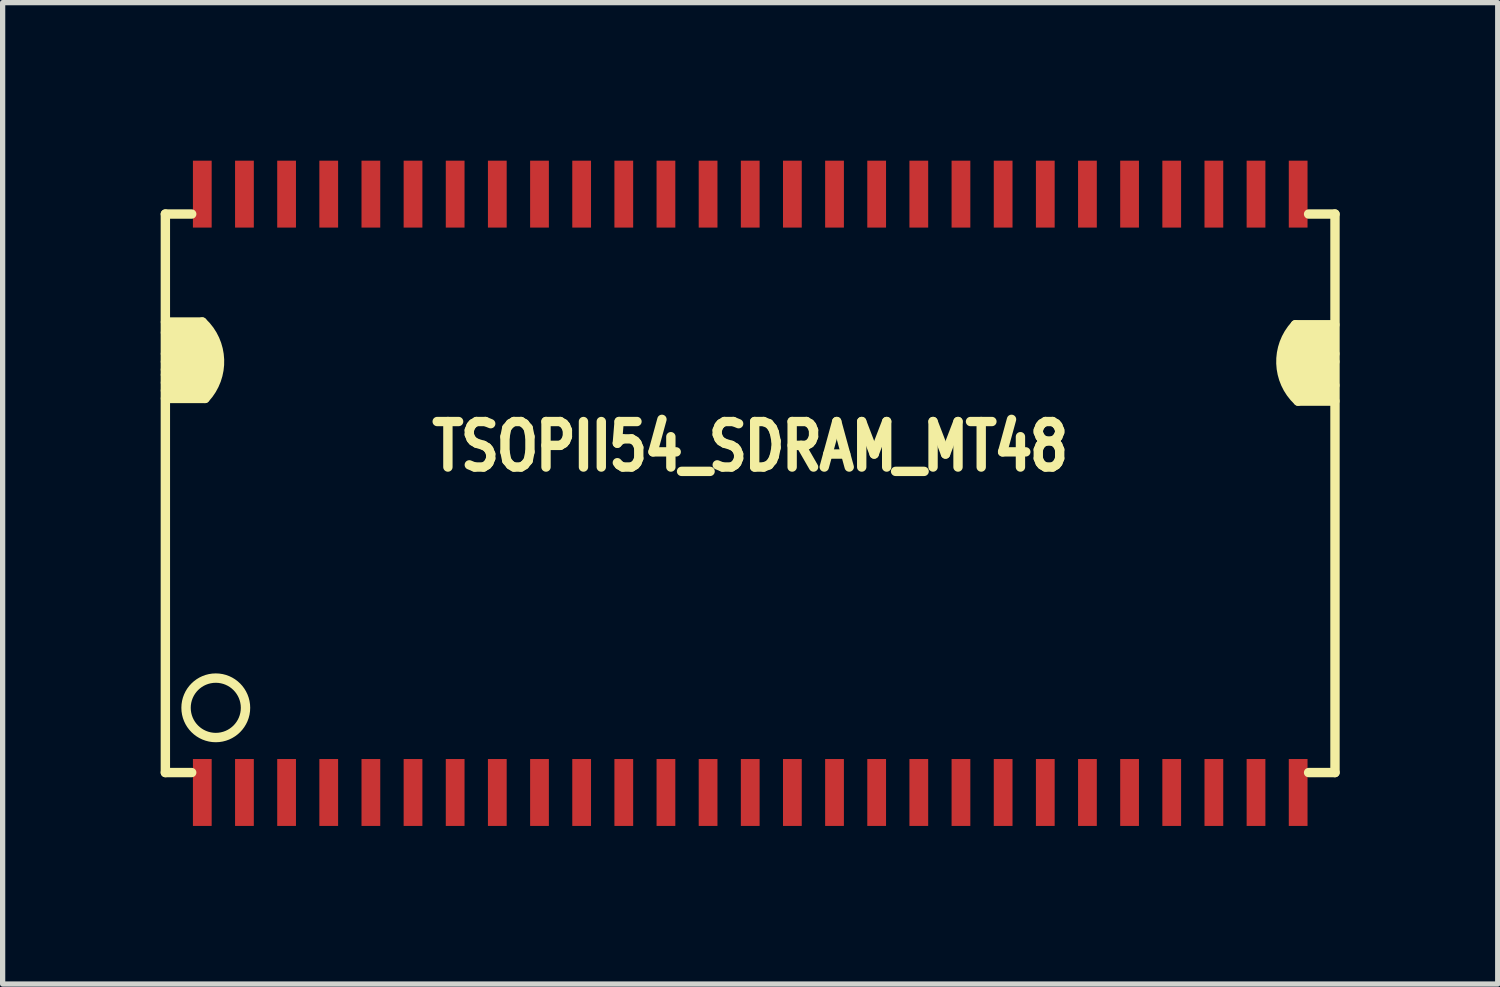
<source format=kicad_pcb>
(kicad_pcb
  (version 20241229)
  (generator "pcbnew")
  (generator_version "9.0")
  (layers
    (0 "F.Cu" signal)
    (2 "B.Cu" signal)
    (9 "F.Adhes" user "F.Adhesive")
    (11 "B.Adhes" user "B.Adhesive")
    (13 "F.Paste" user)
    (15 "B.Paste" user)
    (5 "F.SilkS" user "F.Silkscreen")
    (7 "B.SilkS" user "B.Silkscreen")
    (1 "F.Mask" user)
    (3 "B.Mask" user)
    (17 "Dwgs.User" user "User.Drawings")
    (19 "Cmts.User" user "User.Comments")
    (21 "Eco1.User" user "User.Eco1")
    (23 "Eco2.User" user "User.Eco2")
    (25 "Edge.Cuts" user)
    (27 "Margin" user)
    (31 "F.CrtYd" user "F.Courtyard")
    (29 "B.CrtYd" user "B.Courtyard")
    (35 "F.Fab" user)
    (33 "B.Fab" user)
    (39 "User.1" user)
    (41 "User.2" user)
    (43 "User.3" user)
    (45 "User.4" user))
  (footprint "TSOPII54_SDRAM_MT48"
    (layer "F.Cu")
    (at 11.191 6.314)
    (property "Reference" "TSOPII54_SDRAM_MT48" (at 0 -0.889 0) (layer "F.SilkS") (effects (font (size 0.864 0.711) (thickness 0.178))))
    (attr smd)
    (fp_line (start -11.102 -5.301) (end -11.102 5.301) (stroke (width 0.178) (type solid)) (layer "F.SilkS"))
    (fp_line (start -11.102 -5.301) (end -10.602 -5.301) (stroke (width 0.178) (type solid)) (layer "F.SilkS"))
    (fp_line (start -11.102 5.301) (end -10.602 5.301) (stroke (width 0.178) (type solid)) (layer "F.SilkS"))
    (fp_line (start -11.1 -2.649) (end -10.15 -2.649) (stroke (width 0.178) (type solid)) (layer "F.SilkS"))
    (fp_line (start -11.1 -2.499) (end -10.102 -2.499) (stroke (width 0.178) (type solid)) (layer "F.SilkS"))
    (fp_line (start -11.1 -2.349) (end -10.15 -2.349) (stroke (width 0.178) (type solid)) (layer "F.SilkS"))
    (fp_line (start -11.1 -2.25) (end -10.15 -2.25) (stroke (width 0.178) (type solid)) (layer "F.SilkS"))
    (fp_line (start -11.1 -2.101) (end -10.201 -2.101) (stroke (width 0.178) (type solid)) (layer "F.SilkS"))
    (fp_line (start -11.1 -1.951) (end -10.251 -1.951) (stroke (width 0.178) (type solid)) (layer "F.SilkS"))
    (fp_line (start -11.052 -3.15) (end -10.401 -3.15) (stroke (width 0.178) (type solid)) (layer "F.SilkS"))
    (fp_line (start -11.052 -2.901) (end -10.251 -2.901) (stroke (width 0.178) (type solid)) (layer "F.SilkS"))
    (fp_line (start -10.401 -3.251) (end -11.1 -3.251) (stroke (width 0.178) (type solid)) (layer "F.SilkS"))
    (fp_line (start -10.351 -1.801) (end -11.1 -1.801) (stroke (width 0.178) (type solid)) (layer "F.SilkS"))
    (fp_line (start -10.251 -3.051) (end -11.1 -3.051) (stroke (width 0.178) (type solid)) (layer "F.SilkS"))
    (fp_line (start -10.15 -2.799) (end -11.052 -2.799) (stroke (width 0.178) (type solid)) (layer "F.SilkS"))
    (fp_line (start 10.147 -2.4) (end 11.049 -2.4) (stroke (width 0.178) (type solid)) (layer "F.SilkS"))
    (fp_line (start 10.198 -2.799) (end 11.049 -2.799) (stroke (width 0.178) (type solid)) (layer "F.SilkS"))
    (fp_line (start 10.198 -2.2) (end 11.049 -2.2) (stroke (width 0.178) (type solid)) (layer "F.SilkS"))
    (fp_line (start 10.297 -1.9) (end 11.049 -1.9) (stroke (width 0.178) (type solid)) (layer "F.SilkS"))
    (fp_line (start 10.348 -3.2) (end 11.097 -3.2) (stroke (width 0.178) (type solid)) (layer "F.SilkS"))
    (fp_line (start 10.348 -3.099) (end 11.049 -3.099) (stroke (width 0.178) (type solid)) (layer "F.SilkS"))
    (fp_line (start 10.399 -1.75) (end 11.097 -1.75) (stroke (width 0.178) (type solid)) (layer "F.SilkS"))
    (fp_line (start 11.049 -2.949) (end 10.249 -2.949) (stroke (width 0.178) (type solid)) (layer "F.SilkS"))
    (fp_line (start 11.049 -2.301) (end 10.198 -2.301) (stroke (width 0.178) (type solid)) (layer "F.SilkS"))
    (fp_line (start 11.097 -2.649) (end 10.147 -2.649) (stroke (width 0.178) (type solid)) (layer "F.SilkS"))
    (fp_line (start 11.097 -2.499) (end 10.099 -2.499) (stroke (width 0.178) (type solid)) (layer "F.SilkS"))
    (fp_line (start 11.097 -2.05) (end 10.249 -2.05) (stroke (width 0.178) (type solid)) (layer "F.SilkS"))
    (fp_line (start 11.1 -5.301) (end 10.599 -5.301) (stroke (width 0.178) (type solid)) (layer "F.SilkS"))
    (fp_line (start 11.1 -5.301) (end 11.1 5.301) (stroke (width 0.178) (type solid)) (layer "F.SilkS"))
    (fp_line (start 11.1 5.301) (end 10.599 5.301) (stroke (width 0.178) (type solid)) (layer "F.SilkS"))
    (fp_arc (start -10.4013 -3.2512) (mid -10.074255 -2.537077) (end -10.34796 -1.80086) (stroke (width 0.1778) (type solid)) (layer "F.SilkS"))
    (fp_arc (start 10.39876 -1.75006) (mid 10.073511 -2.463439) (end 10.34796 -3.19786) (stroke (width 0.1778) (type solid)) (layer "F.SilkS"))
    (fp_circle (center -10.145 4.072) (end -9.746 3.673) (stroke (width 0.178) (type solid)) (fill no) (layer "F.SilkS"))
    (pad "1" smd rect (at -10.401 5.679) (size 0.356 1.27) (layers "F.Cu" "F.Mask" "F.Paste"))
    (pad "2" smd rect (at -9.601 5.679) (size 0.356 1.27) (layers "F.Cu" "F.Mask" "F.Paste"))
    (pad "3" smd rect (at -8.801 5.679) (size 0.356 1.27) (layers "F.Cu" "F.Mask" "F.Paste"))
    (pad "4" smd rect (at -8.001 5.679) (size 0.356 1.27) (layers "F.Cu" "F.Mask" "F.Paste"))
    (pad "5" smd rect (at -7.201 5.679) (size 0.356 1.27) (layers "F.Cu" "F.Mask" "F.Paste"))
    (pad "6" smd rect (at -6.401 5.679) (size 0.356 1.27) (layers "F.Cu" "F.Mask" "F.Paste"))
    (pad "7" smd rect (at -5.601 5.679) (size 0.356 1.27) (layers "F.Cu" "F.Mask" "F.Paste"))
    (pad "8" smd rect (at -4.801 5.679) (size 0.356 1.27) (layers "F.Cu" "F.Mask" "F.Paste"))
    (pad "9" smd rect (at -4 5.679) (size 0.356 1.27) (layers "F.Cu" "F.Mask" "F.Paste"))
    (pad "10" smd rect (at -3.2 5.679) (size 0.356 1.27) (layers "F.Cu" "F.Mask" "F.Paste"))
    (pad "11" smd rect (at -2.4 5.679) (size 0.356 1.27) (layers "F.Cu" "F.Mask" "F.Paste"))
    (pad "12" smd rect (at -1.6 5.679) (size 0.356 1.27) (layers "F.Cu" "F.Mask" "F.Paste"))
    (pad "13" smd rect (at -0.8 5.679) (size 0.356 1.27) (layers "F.Cu" "F.Mask" "F.Paste"))
    (pad "14" smd rect (at 0 5.679) (size 0.356 1.27) (layers "F.Cu" "F.Mask" "F.Paste"))
    (pad "15" smd rect (at 0.8 5.679) (size 0.356 1.27) (layers "F.Cu" "F.Mask" "F.Paste"))
    (pad "16" smd rect (at 1.6 5.679) (size 0.356 1.27) (layers "F.Cu" "F.Mask" "F.Paste"))
    (pad "17" smd rect (at 2.4 5.679) (size 0.356 1.27) (layers "F.Cu" "F.Mask" "F.Paste"))
    (pad "18" smd rect (at 3.2 5.679) (size 0.356 1.27) (layers "F.Cu" "F.Mask" "F.Paste"))
    (pad "19" smd rect (at 4 5.679) (size 0.356 1.27) (layers "F.Cu" "F.Mask" "F.Paste"))
    (pad "20" smd rect (at 4.801 5.679) (size 0.356 1.27) (layers "F.Cu" "F.Mask" "F.Paste"))
    (pad "21" smd rect (at 5.601 5.679) (size 0.356 1.27) (layers "F.Cu" "F.Mask" "F.Paste"))
    (pad "22" smd rect (at 6.401 5.679) (size 0.356 1.27) (layers "F.Cu" "F.Mask" "F.Paste"))
    (pad "23" smd rect (at 7.201 5.679) (size 0.356 1.27) (layers "F.Cu" "F.Mask" "F.Paste"))
    (pad "24" smd rect (at 8.001 5.679) (size 0.356 1.27) (layers "F.Cu" "F.Mask" "F.Paste"))
    (pad "25" smd rect (at 8.801 5.679) (size 0.356 1.27) (layers "F.Cu" "F.Mask" "F.Paste"))
    (pad "26" smd rect (at 9.601 5.679) (size 0.356 1.27) (layers "F.Cu" "F.Mask" "F.Paste"))
    (pad "27" smd rect (at 10.401 5.679) (size 0.356 1.27) (layers "F.Cu" "F.Mask" "F.Paste"))
    (pad "28" smd rect (at 10.401 -5.679) (size 0.356 1.27) (layers "F.Cu" "F.Mask" "F.Paste"))
    (pad "29" smd rect (at 9.601 -5.679) (size 0.356 1.27) (layers "F.Cu" "F.Mask" "F.Paste"))
    (pad "30" smd rect (at 8.801 -5.679) (size 0.356 1.27) (layers "F.Cu" "F.Mask" "F.Paste"))
    (pad "31" smd rect (at 8.001 -5.679) (size 0.356 1.27) (layers "F.Cu" "F.Mask" "F.Paste"))
    (pad "32" smd rect (at 7.201 -5.679) (size 0.356 1.27) (layers "F.Cu" "F.Mask" "F.Paste"))
    (pad "33" smd rect (at 6.401 -5.679) (size 0.356 1.27) (layers "F.Cu" "F.Mask" "F.Paste"))
    (pad "34" smd rect (at 5.601 -5.679) (size 0.356 1.27) (layers "F.Cu" "F.Mask" "F.Paste"))
    (pad "35" smd rect (at 4.801 -5.679) (size 0.356 1.27) (layers "F.Cu" "F.Mask" "F.Paste"))
    (pad "36" smd rect (at 4 -5.679) (size 0.356 1.27) (layers "F.Cu" "F.Mask" "F.Paste"))
    (pad "37" smd rect (at 3.2 -5.679) (size 0.356 1.27) (layers "F.Cu" "F.Mask" "F.Paste"))
    (pad "38" smd rect (at 2.4 -5.679) (size 0.356 1.27) (layers "F.Cu" "F.Mask" "F.Paste"))
    (pad "39" smd rect (at 1.6 -5.679) (size 0.356 1.27) (layers "F.Cu" "F.Mask" "F.Paste"))
    (pad "40" smd rect (at 0.8 -5.679) (size 0.356 1.27) (layers "F.Cu" "F.Mask" "F.Paste"))
    (pad "41" smd rect (at 0 -5.679) (size 0.356 1.27) (layers "F.Cu" "F.Mask" "F.Paste"))
    (pad "42" smd rect (at -0.8 -5.679) (size 0.356 1.27) (layers "F.Cu" "F.Mask" "F.Paste"))
    (pad "43" smd rect (at -1.6 -5.679) (size 0.356 1.27) (layers "F.Cu" "F.Mask" "F.Paste"))
    (pad "44" smd rect (at -2.4 -5.679) (size 0.356 1.27) (layers "F.Cu" "F.Mask" "F.Paste"))
    (pad "45" smd rect (at -3.2 -5.679) (size 0.356 1.27) (layers "F.Cu" "F.Mask" "F.Paste"))
    (pad "46" smd rect (at -4 -5.679) (size 0.356 1.27) (layers "F.Cu" "F.Mask" "F.Paste"))
    (pad "47" smd rect (at -4.801 -5.679) (size 0.356 1.27) (layers "F.Cu" "F.Mask" "F.Paste"))
    (pad "48" smd rect (at -5.601 -5.679) (size 0.356 1.27) (layers "F.Cu" "F.Mask" "F.Paste"))
    (pad "49" smd rect (at -6.401 -5.679) (size 0.356 1.27) (layers "F.Cu" "F.Mask" "F.Paste"))
    (pad "50" smd rect (at -7.201 -5.679) (size 0.356 1.27) (layers "F.Cu" "F.Mask" "F.Paste"))
    (pad "51" smd rect (at -8.001 -5.679) (size 0.356 1.27) (layers "F.Cu" "F.Mask" "F.Paste"))
    (pad "52" smd rect (at -8.801 -5.679) (size 0.356 1.27) (layers "F.Cu" "F.Mask" "F.Paste"))
    (pad "53" smd rect (at -9.601 -5.679) (size 0.356 1.27) (layers "F.Cu" "F.Mask" "F.Paste"))
    (pad "54" smd rect (at -10.401 -5.679) (size 0.356 1.27) (layers "F.Cu" "F.Mask" "F.Paste")))
  (gr_rect
    (start -3 -3)
    (end 25.38 15.629)
    (stroke (width 0.1) (type default))
    (fill no)
    (layer "Edge.Cuts")))
</source>
